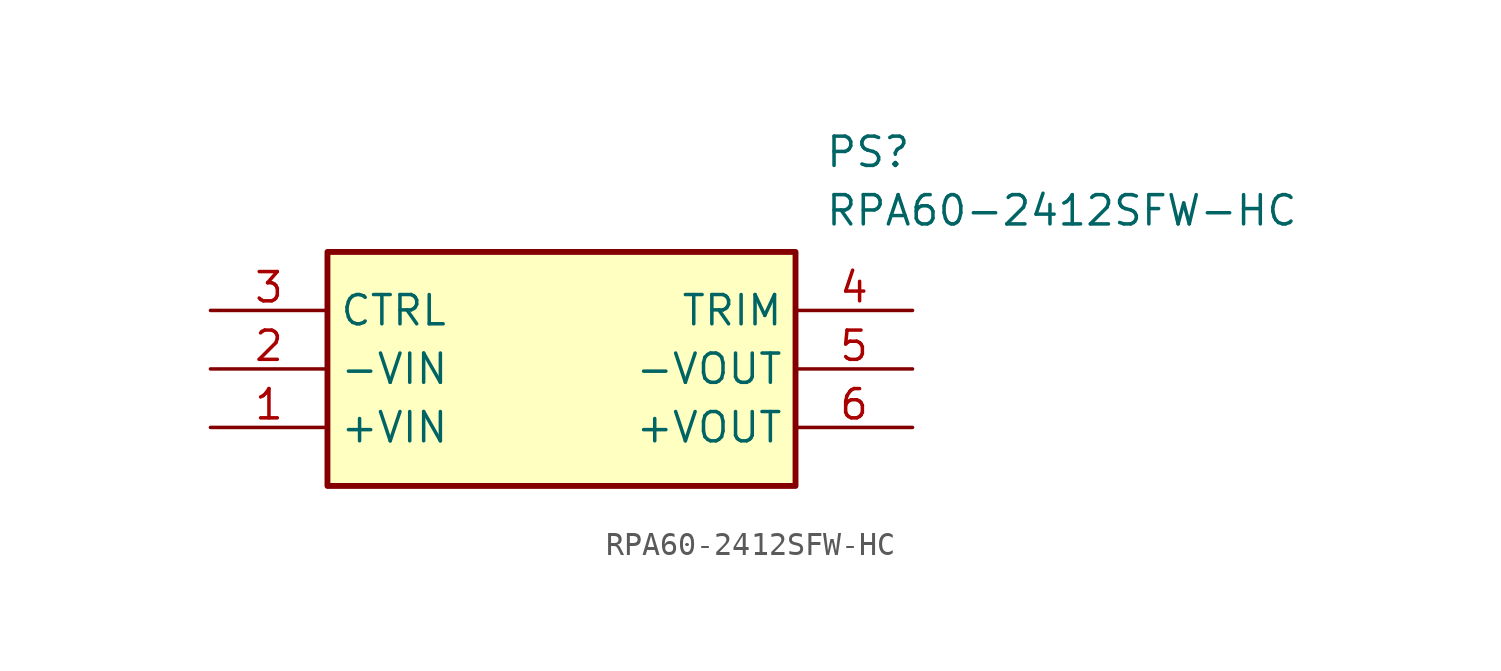
<source format=kicad_sym>
(kicad_symbol_lib
  (version 20211014)
  (generator SamacSys_ECAD_Model)
  (symbol "RPA60-2412SFW-HC"
    (property "Reference" "PS"
      (at 26.67 7.62 0)
      (effects (font (size 1.27 1.27)) (justify left top)))
    (property "Value" "RPA60-2412SFW-HC"
      (at 26.67 5.08 0)
      (effects (font (size 1.27 1.27)) (justify left top)))
    (rectangle
      (start 5.08 2.54)
      (end 25.4 -7.62)
      (stroke (width 0.254) (type default))
      (fill (type background)))
    (pin passive line
      (at 0 -5.08 0)
      (length 5.08)
      (name "+VIN" (effects (font (size 1.27 1.27))))
      (number "1" (effects (font (size 1.27 1.27)))))
    (pin passive line
      (at 0 -2.54 0)
      (length 5.08)
      (name "-VIN" (effects (font (size 1.27 1.27))))
      (number "2" (effects (font (size 1.27 1.27)))))
    (pin passive line
      (at 0 0 0)
      (length 5.08)
      (name "CTRL" (effects (font (size 1.27 1.27))))
      (number "3" (effects (font (size 1.27 1.27)))))
    (pin passive line
      (at 30.48 0 180)
      (length 5.08)
      (name "TRIM" (effects (font (size 1.27 1.27))))
      (number "4" (effects (font (size 1.27 1.27)))))
    (pin passive line
      (at 30.48 -2.54 180)
      (length 5.08)
      (name "-VOUT" (effects (font (size 1.27 1.27))))
      (number "5" (effects (font (size 1.27 1.27)))))
    (pin passive line
      (at 30.48 -5.08 180)
      (length 5.08)
      (name "+VOUT" (effects (font (size 1.27 1.27))))
      (number "6" (effects (font (size 1.27 1.27)))))))
</source>
